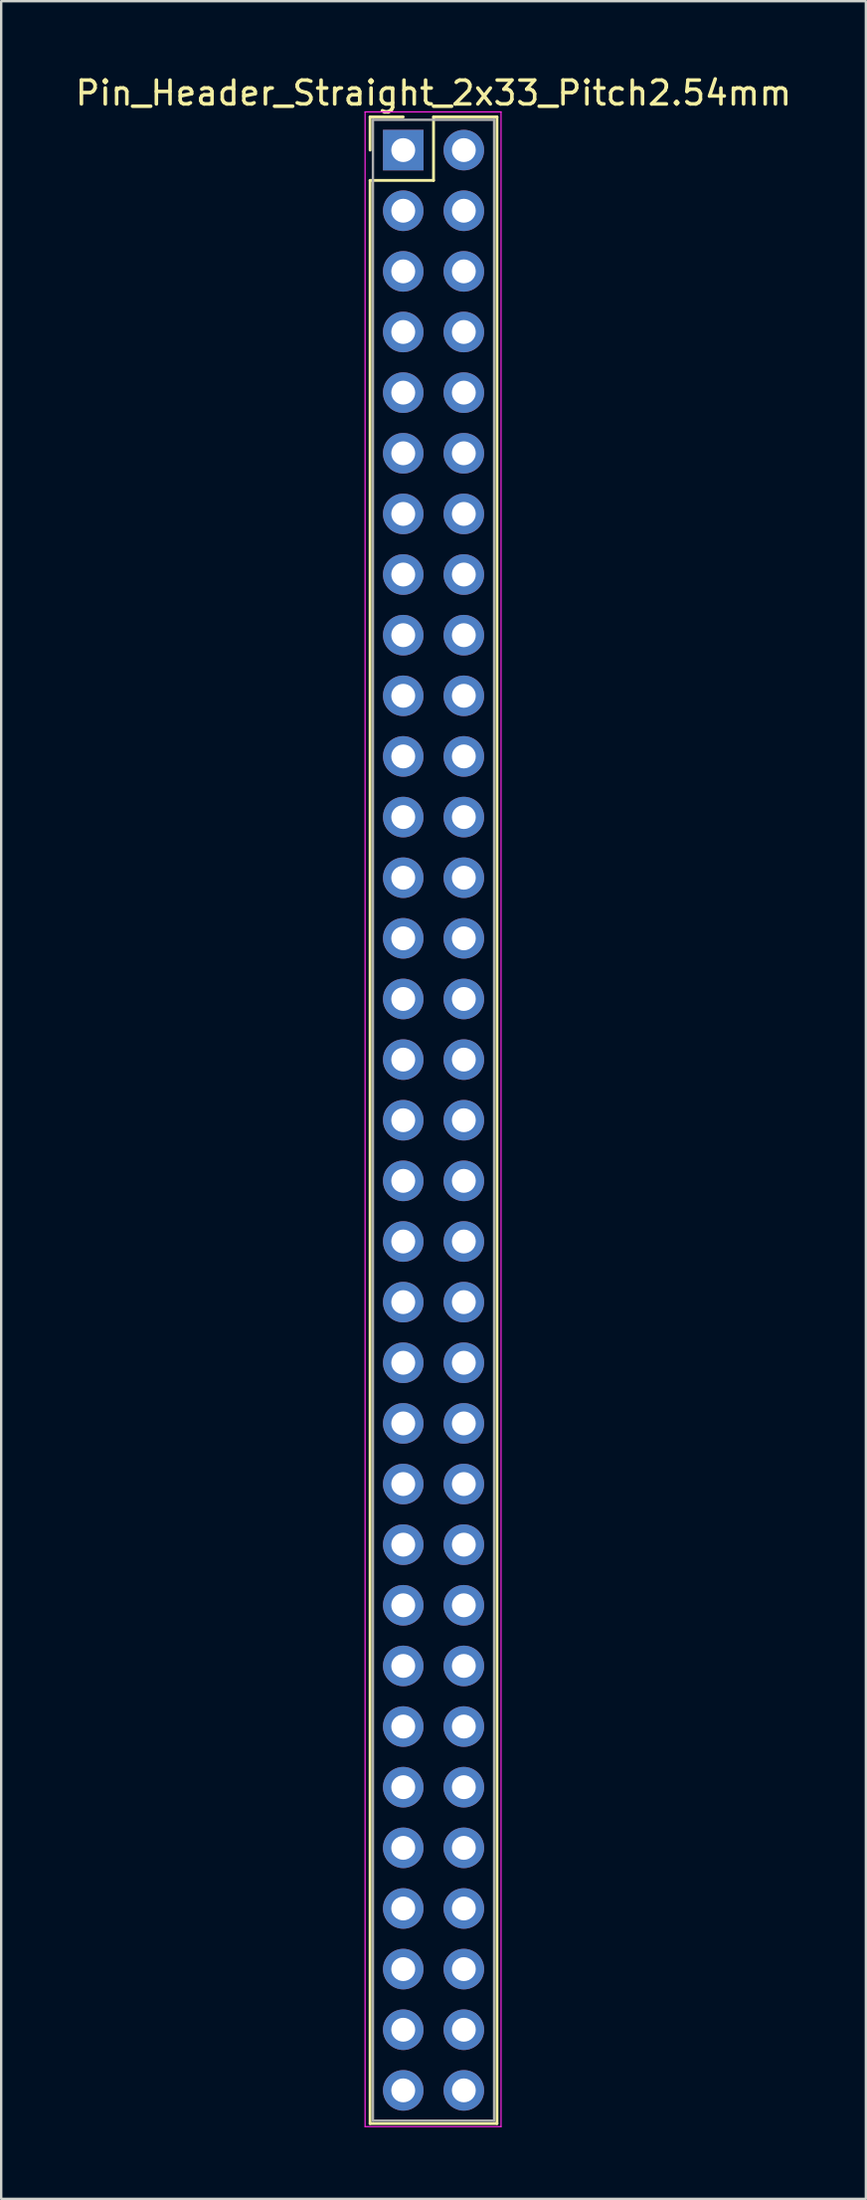
<source format=kicad_pcb>
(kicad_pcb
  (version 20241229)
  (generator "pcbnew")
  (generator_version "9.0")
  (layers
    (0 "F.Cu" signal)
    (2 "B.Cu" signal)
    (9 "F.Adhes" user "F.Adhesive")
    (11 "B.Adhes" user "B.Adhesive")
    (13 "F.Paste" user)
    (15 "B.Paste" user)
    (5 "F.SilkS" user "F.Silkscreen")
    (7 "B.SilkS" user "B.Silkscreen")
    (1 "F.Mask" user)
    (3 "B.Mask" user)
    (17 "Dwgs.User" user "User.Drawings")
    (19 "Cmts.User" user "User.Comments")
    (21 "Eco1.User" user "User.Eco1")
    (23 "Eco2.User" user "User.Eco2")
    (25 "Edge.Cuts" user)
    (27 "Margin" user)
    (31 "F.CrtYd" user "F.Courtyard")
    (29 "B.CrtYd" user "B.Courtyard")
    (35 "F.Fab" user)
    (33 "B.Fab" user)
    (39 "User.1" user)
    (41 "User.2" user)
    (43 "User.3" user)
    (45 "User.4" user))
  (footprint "Pin_Header_Straight_2x33_Pitch2.54mm"
    (layer "F.Cu")
    (at 13.855 3.238)
    (property "Reference" "Pin_Header_Straight_2x33_Pitch2.54mm" (at 1.27 -2.39 0) (layer "F.SilkS") (effects (font (size 1 1) (thickness 0.15))))
    (attr through_hole)
    (fp_line (start -1.39 -1.39) (end 0 -1.39) (stroke (width 0.12) (type solid)) (layer "F.SilkS"))
    (fp_line (start -1.39 0) (end -1.39 -1.39) (stroke (width 0.12) (type solid)) (layer "F.SilkS"))
    (fp_line (start -1.39 1.27) (end -1.39 82.67) (stroke (width 0.12) (type solid)) (layer "F.SilkS"))
    (fp_line (start -1.39 82.67) (end 3.93 82.67) (stroke (width 0.12) (type solid)) (layer "F.SilkS"))
    (fp_line (start 1.27 -1.39) (end 1.27 1.27) (stroke (width 0.12) (type solid)) (layer "F.SilkS"))
    (fp_line (start 1.27 1.27) (end -1.39 1.27) (stroke (width 0.12) (type solid)) (layer "F.SilkS"))
    (fp_line (start 3.93 -1.39) (end 1.27 -1.39) (stroke (width 0.12) (type solid)) (layer "F.SilkS"))
    (fp_line (start 3.93 82.67) (end 3.93 -1.39) (stroke (width 0.12) (type solid)) (layer "F.SilkS"))
    (fp_line (start -1.6 -1.6) (end -1.6 82.8) (stroke (width 0.05) (type solid)) (layer "F.CrtYd"))
    (fp_line (start -1.6 82.8) (end 4.1 82.8) (stroke (width 0.05) (type solid)) (layer "F.CrtYd"))
    (fp_line (start 4.1 -1.6) (end -1.6 -1.6) (stroke (width 0.05) (type solid)) (layer "F.CrtYd"))
    (fp_line (start 4.1 82.8) (end 4.1 -1.6) (stroke (width 0.05) (type solid)) (layer "F.CrtYd"))
    (fp_line (start -1.27 -1.27) (end -1.27 82.55) (stroke (width 0.1) (type solid)) (layer "F.Fab"))
    (fp_line (start -1.27 82.55) (end 3.81 82.55) (stroke (width 0.1) (type solid)) (layer "F.Fab"))
    (fp_line (start 3.81 -1.27) (end -1.27 -1.27) (stroke (width 0.1) (type solid)) (layer "F.Fab"))
    (fp_line (start 3.81 82.55) (end 3.81 -1.27) (stroke (width 0.1) (type solid)) (layer "F.Fab"))
    (pad "1" thru_hole rect (at 0 0) (size 1.7 1.7) (drill 1) (layers "*.Cu" "*.Mask"))
    (pad "2" thru_hole oval (at 2.54 0) (size 1.7 1.7) (drill 1) (layers "*.Cu" "*.Mask"))
    (pad "3" thru_hole oval (at 0 2.54) (size 1.7 1.7) (drill 1) (layers "*.Cu" "*.Mask"))
    (pad "4" thru_hole oval (at 2.54 2.54) (size 1.7 1.7) (drill 1) (layers "*.Cu" "*.Mask"))
    (pad "5" thru_hole oval (at 0 5.08) (size 1.7 1.7) (drill 1) (layers "*.Cu" "*.Mask"))
    (pad "6" thru_hole oval (at 2.54 5.08) (size 1.7 1.7) (drill 1) (layers "*.Cu" "*.Mask"))
    (pad "7" thru_hole oval (at 0 7.62) (size 1.7 1.7) (drill 1) (layers "*.Cu" "*.Mask"))
    (pad "8" thru_hole oval (at 2.54 7.62) (size 1.7 1.7) (drill 1) (layers "*.Cu" "*.Mask"))
    (pad "9" thru_hole oval (at 0 10.16) (size 1.7 1.7) (drill 1) (layers "*.Cu" "*.Mask"))
    (pad "10" thru_hole oval (at 2.54 10.16) (size 1.7 1.7) (drill 1) (layers "*.Cu" "*.Mask"))
    (pad "11" thru_hole oval (at 0 12.7) (size 1.7 1.7) (drill 1) (layers "*.Cu" "*.Mask"))
    (pad "12" thru_hole oval (at 2.54 12.7) (size 1.7 1.7) (drill 1) (layers "*.Cu" "*.Mask"))
    (pad "13" thru_hole oval (at 0 15.24) (size 1.7 1.7) (drill 1) (layers "*.Cu" "*.Mask"))
    (pad "14" thru_hole oval (at 2.54 15.24) (size 1.7 1.7) (drill 1) (layers "*.Cu" "*.Mask"))
    (pad "15" thru_hole oval (at 0 17.78) (size 1.7 1.7) (drill 1) (layers "*.Cu" "*.Mask"))
    (pad "16" thru_hole oval (at 2.54 17.78) (size 1.7 1.7) (drill 1) (layers "*.Cu" "*.Mask"))
    (pad "17" thru_hole oval (at 0 20.32) (size 1.7 1.7) (drill 1) (layers "*.Cu" "*.Mask"))
    (pad "18" thru_hole oval (at 2.54 20.32) (size 1.7 1.7) (drill 1) (layers "*.Cu" "*.Mask"))
    (pad "19" thru_hole oval (at 0 22.86) (size 1.7 1.7) (drill 1) (layers "*.Cu" "*.Mask"))
    (pad "20" thru_hole oval (at 2.54 22.86) (size 1.7 1.7) (drill 1) (layers "*.Cu" "*.Mask"))
    (pad "21" thru_hole oval (at 0 25.4) (size 1.7 1.7) (drill 1) (layers "*.Cu" "*.Mask"))
    (pad "22" thru_hole oval (at 2.54 25.4) (size 1.7 1.7) (drill 1) (layers "*.Cu" "*.Mask"))
    (pad "23" thru_hole oval (at 0 27.94) (size 1.7 1.7) (drill 1) (layers "*.Cu" "*.Mask"))
    (pad "24" thru_hole oval (at 2.54 27.94) (size 1.7 1.7) (drill 1) (layers "*.Cu" "*.Mask"))
    (pad "25" thru_hole oval (at 0 30.48) (size 1.7 1.7) (drill 1) (layers "*.Cu" "*.Mask"))
    (pad "26" thru_hole oval (at 2.54 30.48) (size 1.7 1.7) (drill 1) (layers "*.Cu" "*.Mask"))
    (pad "27" thru_hole oval (at 0 33.02) (size 1.7 1.7) (drill 1) (layers "*.Cu" "*.Mask"))
    (pad "28" thru_hole oval (at 2.54 33.02) (size 1.7 1.7) (drill 1) (layers "*.Cu" "*.Mask"))
    (pad "29" thru_hole oval (at 0 35.56) (size 1.7 1.7) (drill 1) (layers "*.Cu" "*.Mask"))
    (pad "30" thru_hole oval (at 2.54 35.56) (size 1.7 1.7) (drill 1) (layers "*.Cu" "*.Mask"))
    (pad "31" thru_hole oval (at 0 38.1) (size 1.7 1.7) (drill 1) (layers "*.Cu" "*.Mask"))
    (pad "32" thru_hole oval (at 2.54 38.1) (size 1.7 1.7) (drill 1) (layers "*.Cu" "*.Mask"))
    (pad "33" thru_hole oval (at 0 40.64) (size 1.7 1.7) (drill 1) (layers "*.Cu" "*.Mask"))
    (pad "34" thru_hole oval (at 2.54 40.64) (size 1.7 1.7) (drill 1) (layers "*.Cu" "*.Mask"))
    (pad "35" thru_hole oval (at 0 43.18) (size 1.7 1.7) (drill 1) (layers "*.Cu" "*.Mask"))
    (pad "36" thru_hole oval (at 2.54 43.18) (size 1.7 1.7) (drill 1) (layers "*.Cu" "*.Mask"))
    (pad "37" thru_hole oval (at 0 45.72) (size 1.7 1.7) (drill 1) (layers "*.Cu" "*.Mask"))
    (pad "38" thru_hole oval (at 2.54 45.72) (size 1.7 1.7) (drill 1) (layers "*.Cu" "*.Mask"))
    (pad "39" thru_hole oval (at 0 48.26) (size 1.7 1.7) (drill 1) (layers "*.Cu" "*.Mask"))
    (pad "40" thru_hole oval (at 2.54 48.26) (size 1.7 1.7) (drill 1) (layers "*.Cu" "*.Mask"))
    (pad "41" thru_hole oval (at 0 50.8) (size 1.7 1.7) (drill 1) (layers "*.Cu" "*.Mask"))
    (pad "42" thru_hole oval (at 2.54 50.8) (size 1.7 1.7) (drill 1) (layers "*.Cu" "*.Mask"))
    (pad "43" thru_hole oval (at 0 53.34) (size 1.7 1.7) (drill 1) (layers "*.Cu" "*.Mask"))
    (pad "44" thru_hole oval (at 2.54 53.34) (size 1.7 1.7) (drill 1) (layers "*.Cu" "*.Mask"))
    (pad "45" thru_hole oval (at 0 55.88) (size 1.7 1.7) (drill 1) (layers "*.Cu" "*.Mask"))
    (pad "46" thru_hole oval (at 2.54 55.88) (size 1.7 1.7) (drill 1) (layers "*.Cu" "*.Mask"))
    (pad "47" thru_hole oval (at 0 58.42) (size 1.7 1.7) (drill 1) (layers "*.Cu" "*.Mask"))
    (pad "48" thru_hole oval (at 2.54 58.42) (size 1.7 1.7) (drill 1) (layers "*.Cu" "*.Mask"))
    (pad "49" thru_hole oval (at 0 60.96) (size 1.7 1.7) (drill 1) (layers "*.Cu" "*.Mask"))
    (pad "50" thru_hole oval (at 2.54 60.96) (size 1.7 1.7) (drill 1) (layers "*.Cu" "*.Mask"))
    (pad "51" thru_hole oval (at 0 63.5) (size 1.7 1.7) (drill 1) (layers "*.Cu" "*.Mask"))
    (pad "52" thru_hole oval (at 2.54 63.5) (size 1.7 1.7) (drill 1) (layers "*.Cu" "*.Mask"))
    (pad "53" thru_hole oval (at 0 66.04) (size 1.7 1.7) (drill 1) (layers "*.Cu" "*.Mask"))
    (pad "54" thru_hole oval (at 2.54 66.04) (size 1.7 1.7) (drill 1) (layers "*.Cu" "*.Mask"))
    (pad "55" thru_hole oval (at 0 68.58) (size 1.7 1.7) (drill 1) (layers "*.Cu" "*.Mask"))
    (pad "56" thru_hole oval (at 2.54 68.58) (size 1.7 1.7) (drill 1) (layers "*.Cu" "*.Mask"))
    (pad "57" thru_hole oval (at 0 71.12) (size 1.7 1.7) (drill 1) (layers "*.Cu" "*.Mask"))
    (pad "58" thru_hole oval (at 2.54 71.12) (size 1.7 1.7) (drill 1) (layers "*.Cu" "*.Mask"))
    (pad "59" thru_hole oval (at 0 73.66) (size 1.7 1.7) (drill 1) (layers "*.Cu" "*.Mask"))
    (pad "60" thru_hole oval (at 2.54 73.66) (size 1.7 1.7) (drill 1) (layers "*.Cu" "*.Mask"))
    (pad "61" thru_hole oval (at 0 76.2) (size 1.7 1.7) (drill 1) (layers "*.Cu" "*.Mask"))
    (pad "62" thru_hole oval (at 2.54 76.2) (size 1.7 1.7) (drill 1) (layers "*.Cu" "*.Mask"))
    (pad "63" thru_hole oval (at 0 78.74) (size 1.7 1.7) (drill 1) (layers "*.Cu" "*.Mask"))
    (pad "64" thru_hole oval (at 2.54 78.74) (size 1.7 1.7) (drill 1) (layers "*.Cu" "*.Mask"))
    (pad "65" thru_hole oval (at 0 81.28) (size 1.7 1.7) (drill 1) (layers "*.Cu" "*.Mask"))
    (pad "66" thru_hole oval (at 2.54 81.28) (size 1.7 1.7) (drill 1) (layers "*.Cu" "*.Mask")))
  (gr_rect
    (start -3 -3)
    (end 33.25 89.063)
    (stroke (width 0.1) (type default))
    (fill no)
    (layer "Edge.Cuts")))
</source>
